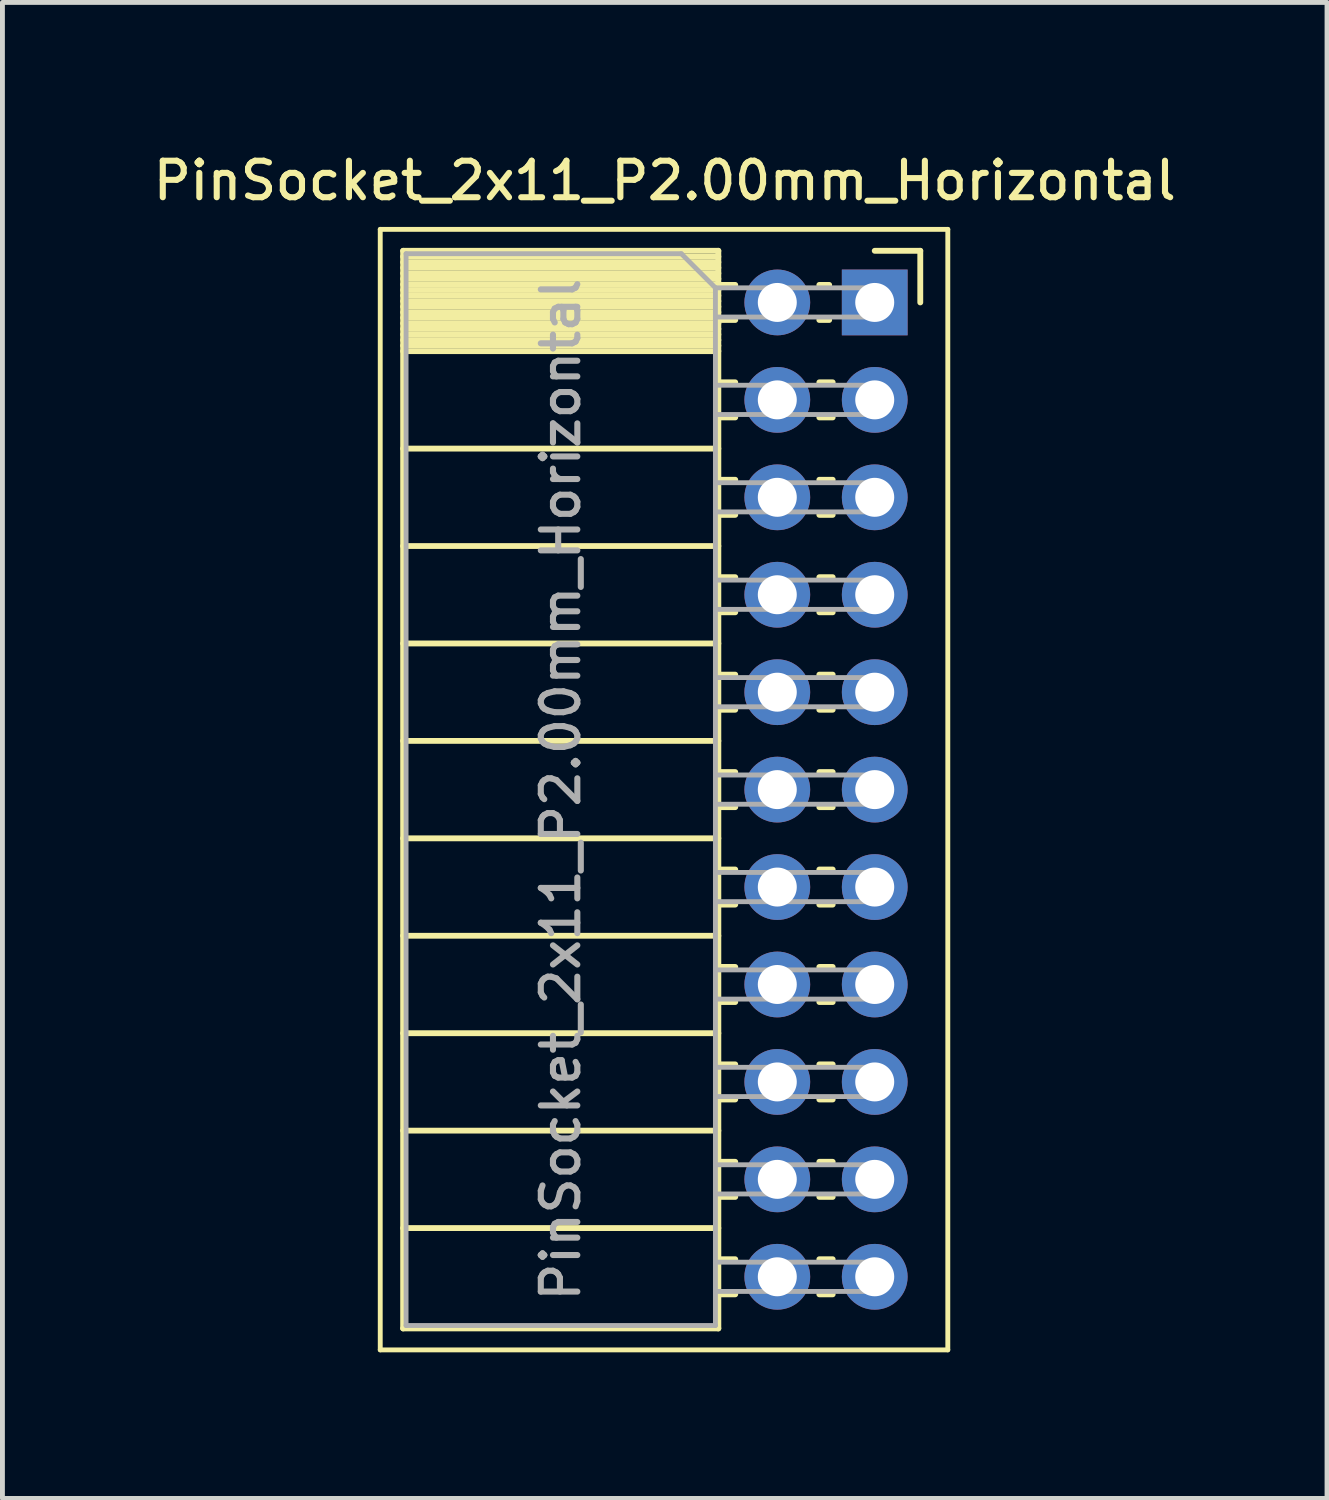
<source format=kicad_pcb>
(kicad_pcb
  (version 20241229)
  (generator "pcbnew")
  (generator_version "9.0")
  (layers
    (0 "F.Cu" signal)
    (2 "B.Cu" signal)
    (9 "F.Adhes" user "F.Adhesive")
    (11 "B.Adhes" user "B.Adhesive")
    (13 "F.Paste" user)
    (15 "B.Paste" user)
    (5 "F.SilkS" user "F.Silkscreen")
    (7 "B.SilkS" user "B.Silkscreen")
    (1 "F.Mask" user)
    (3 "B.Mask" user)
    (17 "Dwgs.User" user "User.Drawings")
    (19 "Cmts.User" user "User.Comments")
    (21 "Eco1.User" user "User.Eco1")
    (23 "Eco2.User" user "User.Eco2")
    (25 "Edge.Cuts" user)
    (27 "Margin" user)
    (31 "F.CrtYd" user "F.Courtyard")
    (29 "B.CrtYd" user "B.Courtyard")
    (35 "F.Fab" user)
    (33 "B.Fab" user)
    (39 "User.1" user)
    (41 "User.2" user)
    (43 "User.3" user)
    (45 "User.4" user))
  (footprint "PinSocket_2x11_P2.00mm_Horizontal"
    (layer "F.Cu")
    (at 14.905 3.158)
    (property "Reference" "PinSocket_2x11_P2.00mm_Horizontal" (at -4.31 -2.5 0) (layer "F.SilkS") (effects (font (size 0.75 0.75) (thickness 0.125))))
    (attr through_hole)
    (fp_line (start -10.15 -1.5) (end -10.15 21.5) (stroke (width 0.1) (type solid)) (layer "F.SilkS"))
    (fp_line (start -10.15 21.5) (end 1.5 21.5) (stroke (width 0.1) (type solid)) (layer "F.SilkS"))
    (fp_line (start -9.68 -1.06) (end -9.68 21.06) (stroke (width 0.12) (type solid)) (layer "F.SilkS"))
    (fp_line (start -9.68 -1.06) (end -3.21 -1.06) (stroke (width 0.12) (type solid)) (layer "F.SilkS"))
    (fp_line (start -9.68 -0.94) (end -3.21 -0.94) (stroke (width 0.12) (type solid)) (layer "F.SilkS"))
    (fp_line (start -9.68 -0.826) (end -3.21 -0.826) (stroke (width 0.12) (type solid)) (layer "F.SilkS"))
    (fp_line (start -9.68 -0.712) (end -3.21 -0.712) (stroke (width 0.12) (type solid)) (layer "F.SilkS"))
    (fp_line (start -9.68 -0.598) (end -3.21 -0.598) (stroke (width 0.12) (type solid)) (layer "F.SilkS"))
    (fp_line (start -9.68 -0.484) (end -3.21 -0.484) (stroke (width 0.12) (type solid)) (layer "F.SilkS"))
    (fp_line (start -9.68 -0.369) (end -3.21 -0.369) (stroke (width 0.12) (type solid)) (layer "F.SilkS"))
    (fp_line (start -9.68 -0.255) (end -3.21 -0.255) (stroke (width 0.12) (type solid)) (layer "F.SilkS"))
    (fp_line (start -9.68 -0.141) (end -3.21 -0.141) (stroke (width 0.12) (type solid)) (layer "F.SilkS"))
    (fp_line (start -9.68 -0.027) (end -3.21 -0.027) (stroke (width 0.12) (type solid)) (layer "F.SilkS"))
    (fp_line (start -9.68 0.087) (end -3.21 0.087) (stroke (width 0.12) (type solid)) (layer "F.SilkS"))
    (fp_line (start -9.68 0.201) (end -3.21 0.201) (stroke (width 0.12) (type solid)) (layer "F.SilkS"))
    (fp_line (start -9.68 0.315) (end -3.21 0.315) (stroke (width 0.12) (type solid)) (layer "F.SilkS"))
    (fp_line (start -9.68 0.429) (end -3.21 0.429) (stroke (width 0.12) (type solid)) (layer "F.SilkS"))
    (fp_line (start -9.68 0.544) (end -3.21 0.544) (stroke (width 0.12) (type solid)) (layer "F.SilkS"))
    (fp_line (start -9.68 0.658) (end -3.21 0.658) (stroke (width 0.12) (type solid)) (layer "F.SilkS"))
    (fp_line (start -9.68 0.772) (end -3.21 0.772) (stroke (width 0.12) (type solid)) (layer "F.SilkS"))
    (fp_line (start -9.68 0.886) (end -3.21 0.886) (stroke (width 0.12) (type solid)) (layer "F.SilkS"))
    (fp_line (start -9.68 1) (end -3.21 1) (stroke (width 0.12) (type solid)) (layer "F.SilkS"))
    (fp_line (start -9.68 3) (end -3.21 3) (stroke (width 0.12) (type solid)) (layer "F.SilkS"))
    (fp_line (start -9.68 5) (end -3.21 5) (stroke (width 0.12) (type solid)) (layer "F.SilkS"))
    (fp_line (start -9.68 7) (end -3.21 7) (stroke (width 0.12) (type solid)) (layer "F.SilkS"))
    (fp_line (start -9.68 9) (end -3.21 9) (stroke (width 0.12) (type solid)) (layer "F.SilkS"))
    (fp_line (start -9.68 11) (end -3.21 11) (stroke (width 0.12) (type solid)) (layer "F.SilkS"))
    (fp_line (start -9.68 13) (end -3.21 13) (stroke (width 0.12) (type solid)) (layer "F.SilkS"))
    (fp_line (start -9.68 15) (end -3.21 15) (stroke (width 0.12) (type solid)) (layer "F.SilkS"))
    (fp_line (start -9.68 17) (end -3.21 17) (stroke (width 0.12) (type solid)) (layer "F.SilkS"))
    (fp_line (start -9.68 19) (end -3.21 19) (stroke (width 0.12) (type solid)) (layer "F.SilkS"))
    (fp_line (start -9.68 21.06) (end -3.21 21.06) (stroke (width 0.12) (type solid)) (layer "F.SilkS"))
    (fp_line (start -3.21 -1.06) (end -3.21 21.06) (stroke (width 0.12) (type solid)) (layer "F.SilkS"))
    (fp_line (start -3.21 -0.36) (end -2.863 -0.36) (stroke (width 0.12) (type solid)) (layer "F.SilkS"))
    (fp_line (start -3.21 0.36) (end -2.863 0.36) (stroke (width 0.12) (type solid)) (layer "F.SilkS"))
    (fp_line (start -3.21 1.64) (end -2.863 1.64) (stroke (width 0.12) (type solid)) (layer "F.SilkS"))
    (fp_line (start -3.21 2.36) (end -2.863 2.36) (stroke (width 0.12) (type solid)) (layer "F.SilkS"))
    (fp_line (start -3.21 3.64) (end -2.863 3.64) (stroke (width 0.12) (type solid)) (layer "F.SilkS"))
    (fp_line (start -3.21 4.36) (end -2.863 4.36) (stroke (width 0.12) (type solid)) (layer "F.SilkS"))
    (fp_line (start -3.21 5.64) (end -2.863 5.64) (stroke (width 0.12) (type solid)) (layer "F.SilkS"))
    (fp_line (start -3.21 6.36) (end -2.863 6.36) (stroke (width 0.12) (type solid)) (layer "F.SilkS"))
    (fp_line (start -3.21 7.64) (end -2.863 7.64) (stroke (width 0.12) (type solid)) (layer "F.SilkS"))
    (fp_line (start -3.21 8.36) (end -2.863 8.36) (stroke (width 0.12) (type solid)) (layer "F.SilkS"))
    (fp_line (start -3.21 9.64) (end -2.863 9.64) (stroke (width 0.12) (type solid)) (layer "F.SilkS"))
    (fp_line (start -3.21 10.36) (end -2.863 10.36) (stroke (width 0.12) (type solid)) (layer "F.SilkS"))
    (fp_line (start -3.21 11.64) (end -2.863 11.64) (stroke (width 0.12) (type solid)) (layer "F.SilkS"))
    (fp_line (start -3.21 12.36) (end -2.863 12.36) (stroke (width 0.12) (type solid)) (layer "F.SilkS"))
    (fp_line (start -3.21 13.64) (end -2.863 13.64) (stroke (width 0.12) (type solid)) (layer "F.SilkS"))
    (fp_line (start -3.21 14.36) (end -2.863 14.36) (stroke (width 0.12) (type solid)) (layer "F.SilkS"))
    (fp_line (start -3.21 15.64) (end -2.863 15.64) (stroke (width 0.12) (type solid)) (layer "F.SilkS"))
    (fp_line (start -3.21 16.36) (end -2.863 16.36) (stroke (width 0.12) (type solid)) (layer "F.SilkS"))
    (fp_line (start -3.21 17.64) (end -2.863 17.64) (stroke (width 0.12) (type solid)) (layer "F.SilkS"))
    (fp_line (start -3.21 18.36) (end -2.863 18.36) (stroke (width 0.12) (type solid)) (layer "F.SilkS"))
    (fp_line (start -3.21 19.64) (end -2.863 19.64) (stroke (width 0.12) (type solid)) (layer "F.SilkS"))
    (fp_line (start -3.21 20.36) (end -2.863 20.36) (stroke (width 0.12) (type solid)) (layer "F.SilkS"))
    (fp_line (start -1.137 -0.36) (end -0.935 -0.36) (stroke (width 0.12) (type solid)) (layer "F.SilkS"))
    (fp_line (start -1.137 0.36) (end -0.935 0.36) (stroke (width 0.12) (type solid)) (layer "F.SilkS"))
    (fp_line (start -1.137 1.64) (end -0.863 1.64) (stroke (width 0.12) (type solid)) (layer "F.SilkS"))
    (fp_line (start -1.137 2.36) (end -0.863 2.36) (stroke (width 0.12) (type solid)) (layer "F.SilkS"))
    (fp_line (start -1.137 3.64) (end -0.863 3.64) (stroke (width 0.12) (type solid)) (layer "F.SilkS"))
    (fp_line (start -1.137 4.36) (end -0.863 4.36) (stroke (width 0.12) (type solid)) (layer "F.SilkS"))
    (fp_line (start -1.137 5.64) (end -0.863 5.64) (stroke (width 0.12) (type solid)) (layer "F.SilkS"))
    (fp_line (start -1.137 6.36) (end -0.863 6.36) (stroke (width 0.12) (type solid)) (layer "F.SilkS"))
    (fp_line (start -1.137 7.64) (end -0.863 7.64) (stroke (width 0.12) (type solid)) (layer "F.SilkS"))
    (fp_line (start -1.137 8.36) (end -0.863 8.36) (stroke (width 0.12) (type solid)) (layer "F.SilkS"))
    (fp_line (start -1.137 9.64) (end -0.863 9.64) (stroke (width 0.12) (type solid)) (layer "F.SilkS"))
    (fp_line (start -1.137 10.36) (end -0.863 10.36) (stroke (width 0.12) (type solid)) (layer "F.SilkS"))
    (fp_line (start -1.137 11.64) (end -0.863 11.64) (stroke (width 0.12) (type solid)) (layer "F.SilkS"))
    (fp_line (start -1.137 12.36) (end -0.863 12.36) (stroke (width 0.12) (type solid)) (layer "F.SilkS"))
    (fp_line (start -1.137 13.64) (end -0.863 13.64) (stroke (width 0.12) (type solid)) (layer "F.SilkS"))
    (fp_line (start -1.137 14.36) (end -0.863 14.36) (stroke (width 0.12) (type solid)) (layer "F.SilkS"))
    (fp_line (start -1.137 15.64) (end -0.863 15.64) (stroke (width 0.12) (type solid)) (layer "F.SilkS"))
    (fp_line (start -1.137 16.36) (end -0.863 16.36) (stroke (width 0.12) (type solid)) (layer "F.SilkS"))
    (fp_line (start -1.137 17.64) (end -0.863 17.64) (stroke (width 0.12) (type solid)) (layer "F.SilkS"))
    (fp_line (start -1.137 18.36) (end -0.863 18.36) (stroke (width 0.12) (type solid)) (layer "F.SilkS"))
    (fp_line (start -1.137 19.64) (end -0.863 19.64) (stroke (width 0.12) (type solid)) (layer "F.SilkS"))
    (fp_line (start -1.137 20.36) (end -0.863 20.36) (stroke (width 0.12) (type solid)) (layer "F.SilkS"))
    (fp_line (start 0 -1.06) (end 0.935 -1.06) (stroke (width 0.12) (type solid)) (layer "F.SilkS"))
    (fp_line (start 0.935 -1.06) (end 0.935 0) (stroke (width 0.12) (type solid)) (layer "F.SilkS"))
    (fp_line (start 1.5 -1.5) (end -10.15 -1.5) (stroke (width 0.1) (type solid)) (layer "F.SilkS"))
    (fp_line (start 1.5 21.5) (end 1.5 -1.5) (stroke (width 0.1) (type solid)) (layer "F.SilkS"))
    (fp_line (start -9.62 -1) (end -3.97 -1) (stroke (width 0.1) (type solid)) (layer "F.Fab"))
    (fp_line (start -9.62 21) (end -9.62 -1) (stroke (width 0.1) (type solid)) (layer "F.Fab"))
    (fp_line (start -3.97 -1) (end -3.27 -0.3) (stroke (width 0.1) (type solid)) (layer "F.Fab"))
    (fp_line (start -3.27 -0.3) (end -3.27 21) (stroke (width 0.1) (type solid)) (layer "F.Fab"))
    (fp_line (start -3.27 0.3) (end 0 0.3) (stroke (width 0.1) (type solid)) (layer "F.Fab"))
    (fp_line (start -3.27 2.3) (end 0 2.3) (stroke (width 0.1) (type solid)) (layer "F.Fab"))
    (fp_line (start -3.27 4.3) (end 0 4.3) (stroke (width 0.1) (type solid)) (layer "F.Fab"))
    (fp_line (start -3.27 6.3) (end 0 6.3) (stroke (width 0.1) (type solid)) (layer "F.Fab"))
    (fp_line (start -3.27 8.3) (end 0 8.3) (stroke (width 0.1) (type solid)) (layer "F.Fab"))
    (fp_line (start -3.27 10.3) (end 0 10.3) (stroke (width 0.1) (type solid)) (layer "F.Fab"))
    (fp_line (start -3.27 12.3) (end 0 12.3) (stroke (width 0.1) (type solid)) (layer "F.Fab"))
    (fp_line (start -3.27 14.3) (end 0 14.3) (stroke (width 0.1) (type solid)) (layer "F.Fab"))
    (fp_line (start -3.27 16.3) (end 0 16.3) (stroke (width 0.1) (type solid)) (layer "F.Fab"))
    (fp_line (start -3.27 18.3) (end 0 18.3) (stroke (width 0.1) (type solid)) (layer "F.Fab"))
    (fp_line (start -3.27 20.3) (end 0 20.3) (stroke (width 0.1) (type solid)) (layer "F.Fab"))
    (fp_line (start -3.27 21) (end -9.62 21) (stroke (width 0.1) (type solid)) (layer "F.Fab"))
    (fp_line (start 0 -0.3) (end -3.27 -0.3) (stroke (width 0.1) (type solid)) (layer "F.Fab"))
    (fp_line (start 0 0.3) (end 0 -0.3) (stroke (width 0.1) (type solid)) (layer "F.Fab"))
    (fp_line (start 0 1.7) (end -3.27 1.7) (stroke (width 0.1) (type solid)) (layer "F.Fab"))
    (fp_line (start 0 2.3) (end 0 1.7) (stroke (width 0.1) (type solid)) (layer "F.Fab"))
    (fp_line (start 0 3.7) (end -3.27 3.7) (stroke (width 0.1) (type solid)) (layer "F.Fab"))
    (fp_line (start 0 4.3) (end 0 3.7) (stroke (width 0.1) (type solid)) (layer "F.Fab"))
    (fp_line (start 0 5.7) (end -3.27 5.7) (stroke (width 0.1) (type solid)) (layer "F.Fab"))
    (fp_line (start 0 6.3) (end 0 5.7) (stroke (width 0.1) (type solid)) (layer "F.Fab"))
    (fp_line (start 0 7.7) (end -3.27 7.7) (stroke (width 0.1) (type solid)) (layer "F.Fab"))
    (fp_line (start 0 8.3) (end 0 7.7) (stroke (width 0.1) (type solid)) (layer "F.Fab"))
    (fp_line (start 0 9.7) (end -3.27 9.7) (stroke (width 0.1) (type solid)) (layer "F.Fab"))
    (fp_line (start 0 10.3) (end 0 9.7) (stroke (width 0.1) (type solid)) (layer "F.Fab"))
    (fp_line (start 0 11.7) (end -3.27 11.7) (stroke (width 0.1) (type solid)) (layer "F.Fab"))
    (fp_line (start 0 12.3) (end 0 11.7) (stroke (width 0.1) (type solid)) (layer "F.Fab"))
    (fp_line (start 0 13.7) (end -3.27 13.7) (stroke (width 0.1) (type solid)) (layer "F.Fab"))
    (fp_line (start 0 14.3) (end 0 13.7) (stroke (width 0.1) (type solid)) (layer "F.Fab"))
    (fp_line (start 0 15.7) (end -3.27 15.7) (stroke (width 0.1) (type solid)) (layer "F.Fab"))
    (fp_line (start 0 16.3) (end 0 15.7) (stroke (width 0.1) (type solid)) (layer "F.Fab"))
    (fp_line (start 0 17.7) (end -3.27 17.7) (stroke (width 0.1) (type solid)) (layer "F.Fab"))
    (fp_line (start 0 18.3) (end 0 17.7) (stroke (width 0.1) (type solid)) (layer "F.Fab"))
    (fp_line (start 0 19.7) (end -3.27 19.7) (stroke (width 0.1) (type solid)) (layer "F.Fab"))
    (fp_line (start 0 20.3) (end 0 19.7) (stroke (width 0.1) (type solid)) (layer "F.Fab"))
    (fp_text user "${REFERENCE}" (at -6.445 10 90) (layer "F.Fab") (effects (font (size 0.75 0.75) (thickness 0.125))))
    (pad "1" thru_hole rect (at 0 0) (size 1.35 1.35) (drill 0.8) (layers "*.Cu" "*.Mask"))
    (pad "2" thru_hole oval (at -2 0) (size 1.35 1.35) (drill 0.8) (layers "*.Cu" "*.Mask"))
    (pad "3" thru_hole oval (at 0 2) (size 1.35 1.35) (drill 0.8) (layers "*.Cu" "*.Mask"))
    (pad "4" thru_hole oval (at -2 2) (size 1.35 1.35) (drill 0.8) (layers "*.Cu" "*.Mask"))
    (pad "5" thru_hole oval (at 0 4) (size 1.35 1.35) (drill 0.8) (layers "*.Cu" "*.Mask"))
    (pad "6" thru_hole oval (at -2 4) (size 1.35 1.35) (drill 0.8) (layers "*.Cu" "*.Mask"))
    (pad "7" thru_hole oval (at 0 6) (size 1.35 1.35) (drill 0.8) (layers "*.Cu" "*.Mask"))
    (pad "8" thru_hole oval (at -2 6) (size 1.35 1.35) (drill 0.8) (layers "*.Cu" "*.Mask"))
    (pad "9" thru_hole oval (at 0 8) (size 1.35 1.35) (drill 0.8) (layers "*.Cu" "*.Mask"))
    (pad "10" thru_hole oval (at -2 8) (size 1.35 1.35) (drill 0.8) (layers "*.Cu" "*.Mask"))
    (pad "11" thru_hole oval (at 0 10) (size 1.35 1.35) (drill 0.8) (layers "*.Cu" "*.Mask"))
    (pad "12" thru_hole oval (at -2 10) (size 1.35 1.35) (drill 0.8) (layers "*.Cu" "*.Mask"))
    (pad "13" thru_hole oval (at 0 12) (size 1.35 1.35) (drill 0.8) (layers "*.Cu" "*.Mask"))
    (pad "14" thru_hole oval (at -2 12) (size 1.35 1.35) (drill 0.8) (layers "*.Cu" "*.Mask"))
    (pad "15" thru_hole oval (at 0 14) (size 1.35 1.35) (drill 0.8) (layers "*.Cu" "*.Mask"))
    (pad "16" thru_hole oval (at -2 14) (size 1.35 1.35) (drill 0.8) (layers "*.Cu" "*.Mask"))
    (pad "17" thru_hole oval (at 0 16) (size 1.35 1.35) (drill 0.8) (layers "*.Cu" "*.Mask"))
    (pad "18" thru_hole oval (at -2 16) (size 1.35 1.35) (drill 0.8) (layers "*.Cu" "*.Mask"))
    (pad "19" thru_hole oval (at 0 18) (size 1.35 1.35) (drill 0.8) (layers "*.Cu" "*.Mask"))
    (pad "20" thru_hole oval (at -2 18) (size 1.35 1.35) (drill 0.8) (layers "*.Cu" "*.Mask"))
    (pad "21" thru_hole oval (at 0 20) (size 1.35 1.35) (drill 0.8) (layers "*.Cu" "*.Mask"))
    (pad "22" thru_hole oval (at -2 20) (size 1.35 1.35) (drill 0.8) (layers "*.Cu" "*.Mask")))
  (gr_rect
    (start -3 -3)
    (end 24.189 27.708)
    (stroke (width 0.1) (type default))
    (fill no)
    (layer "Edge.Cuts")))
</source>
